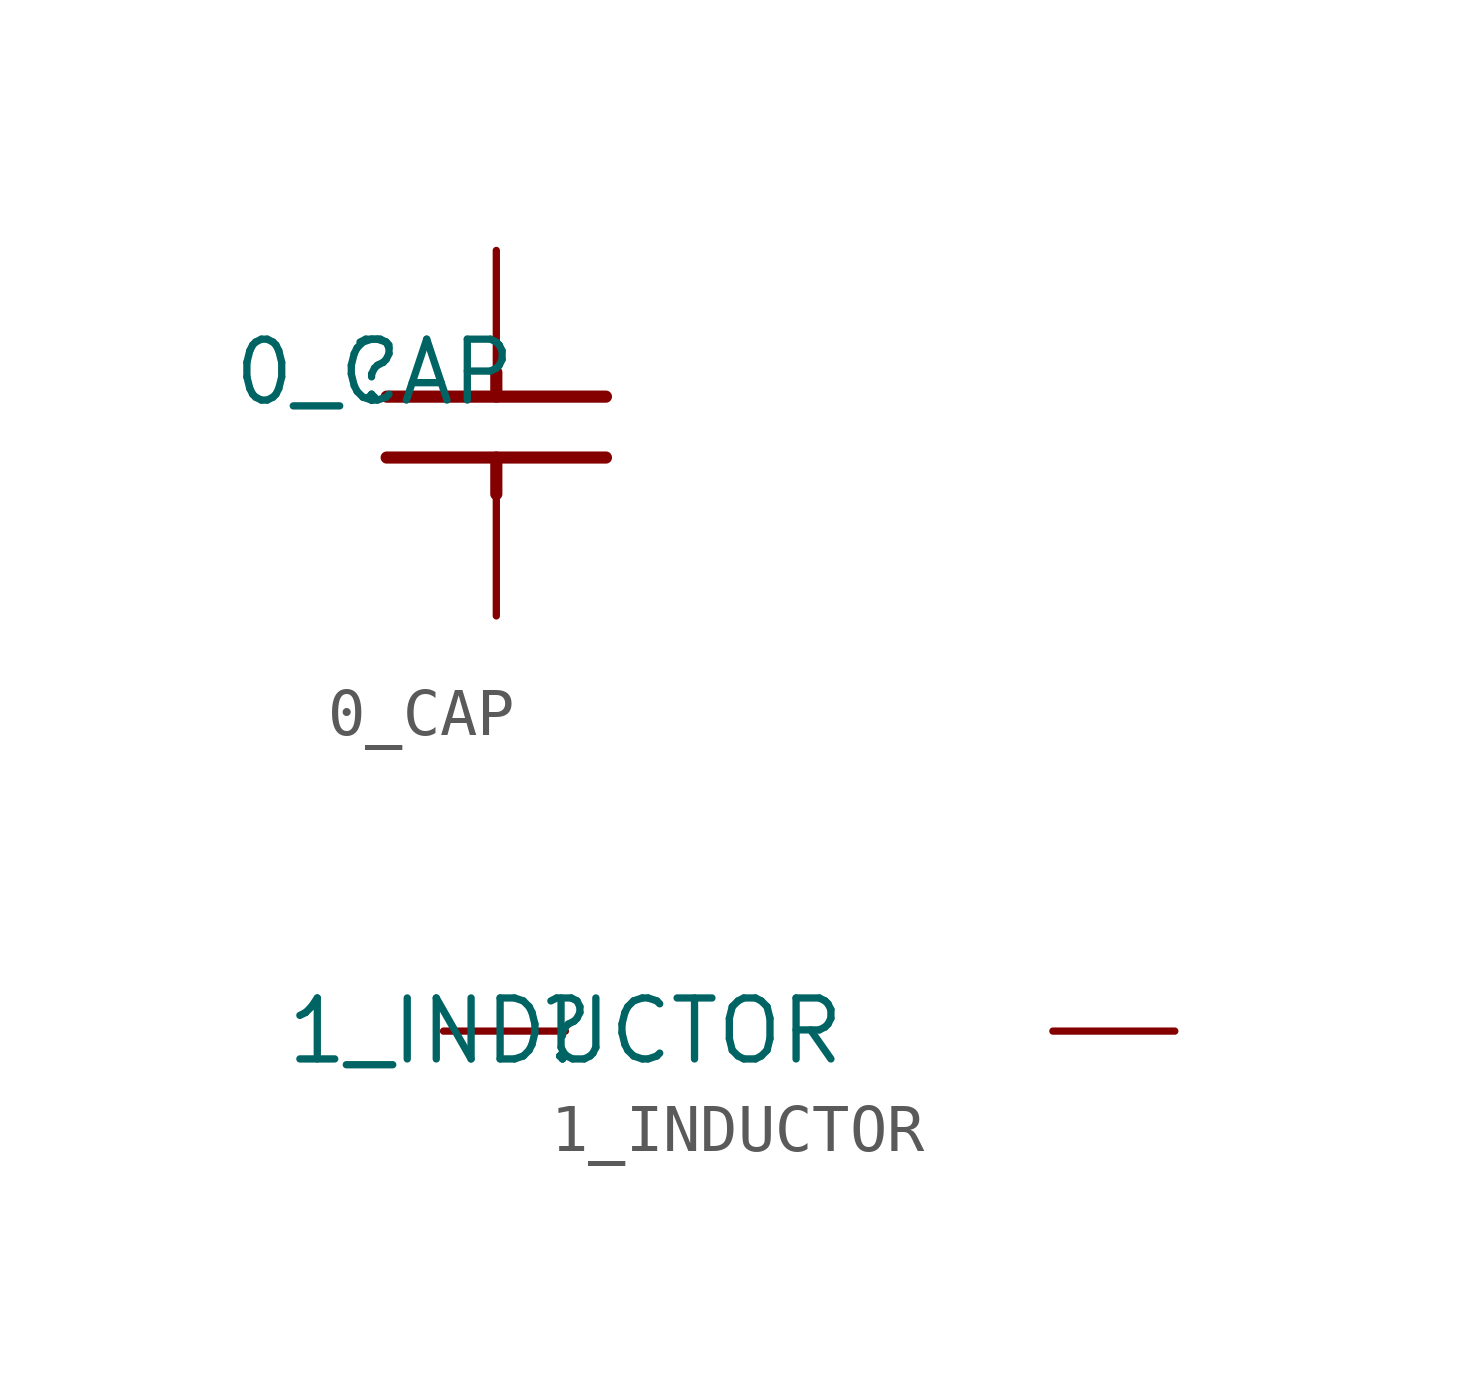
<source format=kicad_sym>
(kicad_symbol_lib
  (version 20211014)
  (generator kicad_symbol_editor)
  (symbol "0_CAP"
    (property "Reference" ""
      (at 0 0 0)
      (effects (font (size 1.27 1.27))))
    (property "Value" "0_CAP"
      (at 0 0 0)
      (effects (font (size 1.27 1.27))))
    (symbol "0_CAP_1_0"
      (polyline (pts (xy 0.254 -1.778) (xy 4.826 -1.778)) (stroke (width 0.254) (type default) (color 0 0 0 0)) (fill (type none)))
      (polyline (pts (xy 0.254 -0.508) (xy 4.826 -0.508)) (stroke (width 0.254) (type default) (color 0 0 0 0)) (fill (type none)))
      (polyline (pts (xy 2.54 -2.54) (xy 2.54 -1.778)) (stroke (width 0.254) (type default) (color 0 0 0 0)) (fill (type none)))
      (polyline (pts (xy 2.54 0) (xy 2.54 -0.508)) (stroke (width 0.254) (type default) (color 0 0 0 0)) (fill (type none)))
      (pin passive line (at 2.54 2.54 270) (length 2.54) (name "1" (effects (font (size 0 0)))) (number "1" (effects (font (size 0 0)))))
      (pin passive line (at 2.54 -5.08 90) (length 2.54) (name "2" (effects (font (size 0 0)))) (number "2" (effects (font (size 0 0)))))))
  (symbol "1_INDUCTOR"
    (property "Reference" ""
      (at 0 0 0)
      (effects (font (size 1.27 1.27))))
    (property "Value" "1_INDUCTOR"
      (at 0 0 0)
      (effects (font (size 1.27 1.27))))
    (symbol "1_INDUCTOR_1_0"
      (pin passive line (at -2.54 0 0) (length 2.54) (name "1" (effects (font (size 0 0)))) (number "1" (effects (font (size 0 0)))))
      (pin passive line (at 12.7 0 180) (length 2.54) (name "2" (effects (font (size 0 0)))) (number "2" (effects (font (size 0 0))))))))
</source>
